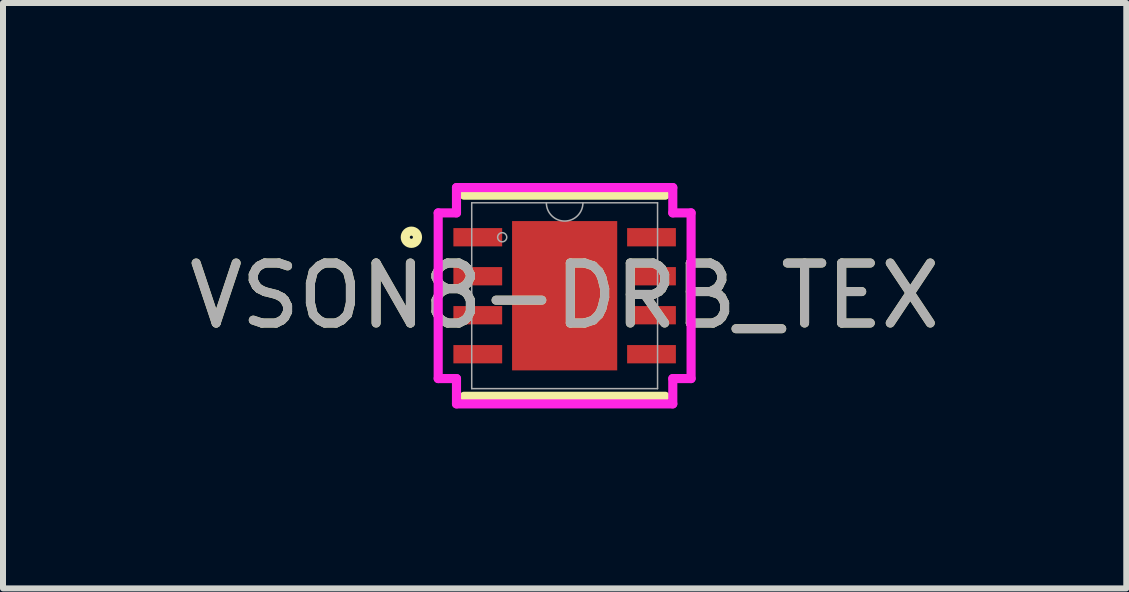
<source format=kicad_pcb>
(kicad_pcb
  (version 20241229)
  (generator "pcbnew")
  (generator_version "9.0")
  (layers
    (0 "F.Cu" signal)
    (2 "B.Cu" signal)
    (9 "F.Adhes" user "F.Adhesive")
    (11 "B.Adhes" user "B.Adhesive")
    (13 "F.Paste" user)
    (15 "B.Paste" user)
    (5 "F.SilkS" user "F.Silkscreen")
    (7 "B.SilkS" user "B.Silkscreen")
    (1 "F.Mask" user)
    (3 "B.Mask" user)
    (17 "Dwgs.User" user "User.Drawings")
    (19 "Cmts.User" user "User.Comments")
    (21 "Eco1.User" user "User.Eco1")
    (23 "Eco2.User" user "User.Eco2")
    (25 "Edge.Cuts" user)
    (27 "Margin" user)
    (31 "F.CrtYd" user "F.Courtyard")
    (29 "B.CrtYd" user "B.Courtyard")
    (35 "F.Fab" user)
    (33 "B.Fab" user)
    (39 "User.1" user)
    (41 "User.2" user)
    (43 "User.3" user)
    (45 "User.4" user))
  (footprint "VSON8-DRB_TEX"
    (layer "F.Cu")
    (at 6.363 1.88)
    (property "Reference" "VSON8-DRB_TEX" (at 0 0 0) (unlocked yes) (layer "F.SilkS") (effects (font (size 1 1) (thickness 0.15))))
    (attr smd)
    (fp_line (start -1.676 1.676) (end 1.676 1.676) (stroke (width 0.152) (type solid)) (layer "F.SilkS"))
    (fp_line (start 1.676 -1.676) (end -1.676 -1.676) (stroke (width 0.152) (type solid)) (layer "F.SilkS"))
    (fp_circle (center -2.555 -0.975) (end -2.453 -0.975) (stroke (width 0.152) (type solid)) (fill no) (layer "F.SilkS"))
    (fp_line (start -2.108 -1.381) (end -1.803 -1.381) (stroke (width 0.152) (type solid)) (layer "F.CrtYd"))
    (fp_line (start -2.108 1.381) (end -2.108 -1.381) (stroke (width 0.152) (type solid)) (layer "F.CrtYd"))
    (fp_line (start -2.108 1.381) (end -1.803 1.381) (stroke (width 0.152) (type solid)) (layer "F.CrtYd"))
    (fp_line (start -1.803 -1.803) (end 1.803 -1.803) (stroke (width 0.152) (type solid)) (layer "F.CrtYd"))
    (fp_line (start -1.803 -1.381) (end -1.803 -1.803) (stroke (width 0.152) (type solid)) (layer "F.CrtYd"))
    (fp_line (start -1.803 1.803) (end -1.803 1.381) (stroke (width 0.152) (type solid)) (layer "F.CrtYd"))
    (fp_line (start 1.803 -1.803) (end 1.803 -1.381) (stroke (width 0.152) (type solid)) (layer "F.CrtYd"))
    (fp_line (start 1.803 1.381) (end 1.803 1.803) (stroke (width 0.152) (type solid)) (layer "F.CrtYd"))
    (fp_line (start 1.803 1.803) (end -1.803 1.803) (stroke (width 0.152) (type solid)) (layer "F.CrtYd"))
    (fp_line (start 2.108 -1.381) (end 1.803 -1.381) (stroke (width 0.152) (type solid)) (layer "F.CrtYd"))
    (fp_line (start 2.108 -1.381) (end 2.108 1.381) (stroke (width 0.152) (type solid)) (layer "F.CrtYd"))
    (fp_line (start 2.108 1.381) (end 1.803 1.381) (stroke (width 0.152) (type solid)) (layer "F.CrtYd"))
    (fp_line (start -1.549 -1.549) (end -1.549 1.549) (stroke (width 0.025) (type solid)) (layer "F.Fab"))
    (fp_line (start -1.549 1.549) (end 1.549 1.549) (stroke (width 0.025) (type solid)) (layer "F.Fab"))
    (fp_line (start 1.549 -1.549) (end -1.549 -1.549) (stroke (width 0.025) (type solid)) (layer "F.Fab"))
    (fp_line (start 1.549 1.549) (end 1.549 -1.549) (stroke (width 0.025) (type solid)) (layer "F.Fab"))
    (fp_arc (start 0.3048 -1.5494) (mid 0 -1.2446) (end -0.3048 -1.5494) (stroke (width 0.0254) (type solid)) (layer "F.Fab"))
    (fp_circle (center -1.041 -0.975) (end -0.965 -0.975) (stroke (width 0.025) (type solid)) (fill no) (layer "F.Fab"))
    (fp_text user "${REFERENCE}" (at 0 0 0) (unlocked yes) (layer "F.Fab") (effects (font (size 1 1) (thickness 0.15))))
    (pad "1" smd rect (at -1.448 -0.975) (size 0.813 0.305) (layers "F.Cu" "F.Mask" "F.Paste"))
    (pad "2" smd rect (at -1.448 -0.325) (size 0.813 0.305) (layers "F.Cu" "F.Mask" "F.Paste"))
    (pad "3" smd rect (at -1.448 0.325) (size 0.813 0.305) (layers "F.Cu" "F.Mask" "F.Paste"))
    (pad "4" smd rect (at -1.448 0.975) (size 0.813 0.305) (layers "F.Cu" "F.Mask" "F.Paste"))
    (pad "5" smd rect (at 1.448 0.975) (size 0.813 0.305) (layers "F.Cu" "F.Mask" "F.Paste"))
    (pad "6" smd rect (at 1.448 0.325) (size 0.813 0.305) (layers "F.Cu" "F.Mask" "F.Paste"))
    (pad "7" smd rect (at 1.448 -0.325) (size 0.813 0.305) (layers "F.Cu" "F.Mask" "F.Paste"))
    (pad "8" smd rect (at 1.448 -0.975) (size 0.813 0.305) (layers "F.Cu" "F.Mask" "F.Paste"))
    (pad "9" smd rect (at 0 0) (size 1.753 2.489) (layers "F.Cu" "F.Mask" "F.Paste")))
  (gr_rect
    (start -3 -3)
    (end 15.726 6.759)
    (stroke (width 0.1) (type default))
    (fill no)
    (layer "Edge.Cuts")))
</source>
